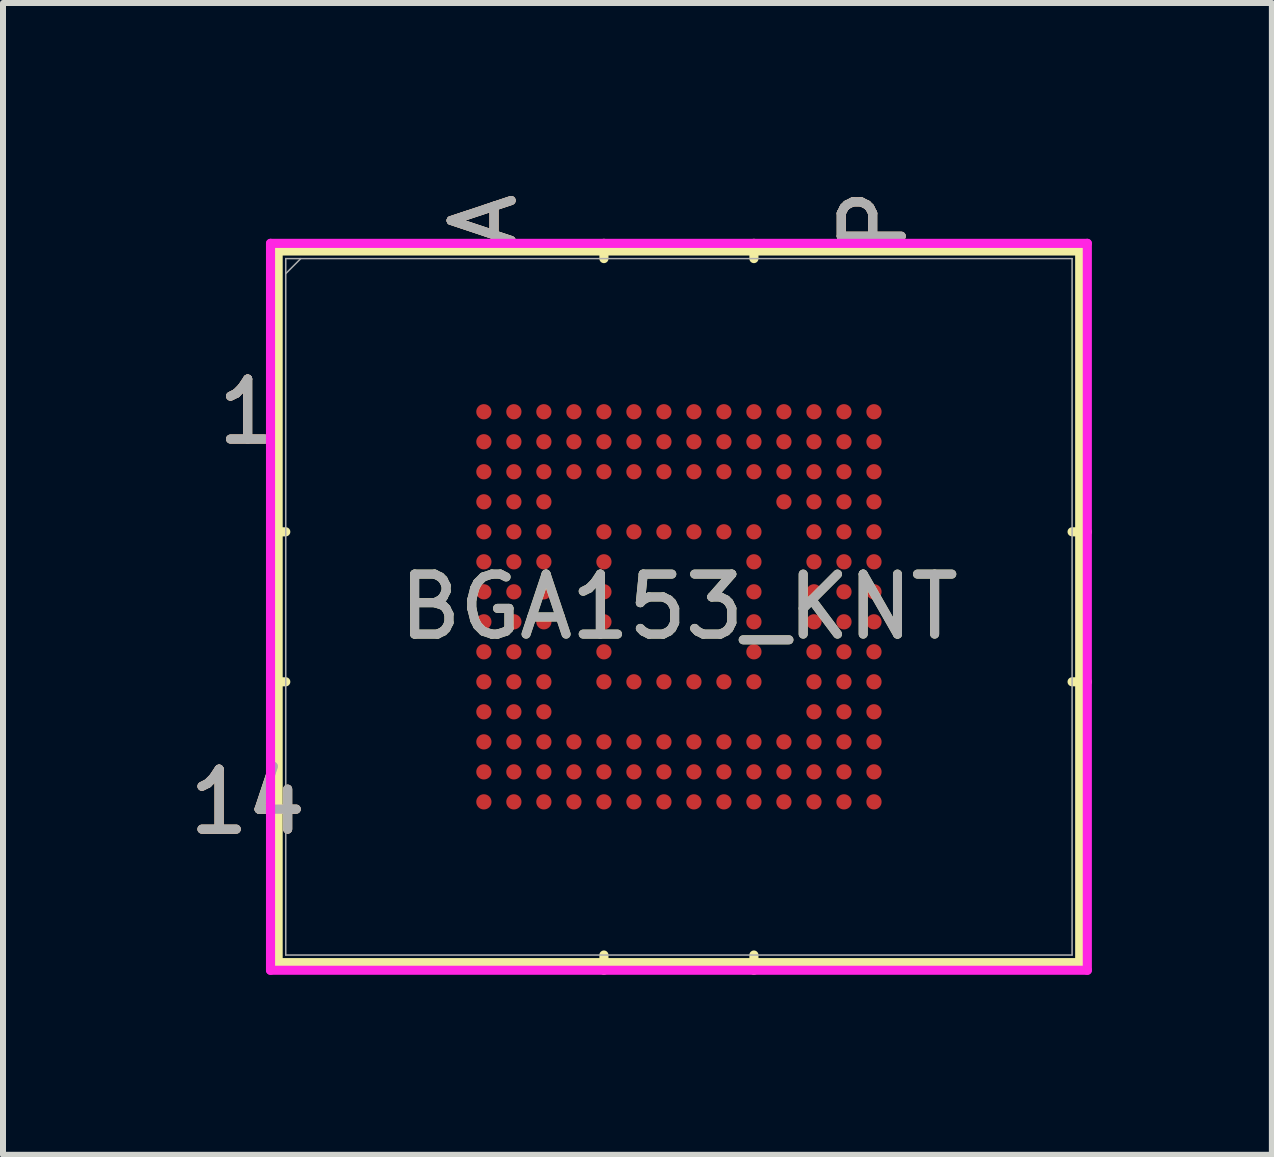
<source format=kicad_pcb>
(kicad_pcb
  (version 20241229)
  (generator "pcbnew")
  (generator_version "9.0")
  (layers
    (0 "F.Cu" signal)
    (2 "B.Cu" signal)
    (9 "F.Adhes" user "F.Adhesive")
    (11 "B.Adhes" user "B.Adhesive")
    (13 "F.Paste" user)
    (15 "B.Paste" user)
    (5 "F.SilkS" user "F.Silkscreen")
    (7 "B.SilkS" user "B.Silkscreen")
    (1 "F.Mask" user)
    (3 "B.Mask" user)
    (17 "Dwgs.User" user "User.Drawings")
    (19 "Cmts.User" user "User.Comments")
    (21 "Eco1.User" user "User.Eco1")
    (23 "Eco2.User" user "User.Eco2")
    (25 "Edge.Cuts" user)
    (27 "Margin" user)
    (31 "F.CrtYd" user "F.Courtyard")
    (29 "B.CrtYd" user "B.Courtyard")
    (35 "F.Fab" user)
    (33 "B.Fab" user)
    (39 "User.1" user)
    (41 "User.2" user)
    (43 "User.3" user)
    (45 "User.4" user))
  (footprint "BGA153_KNT"
    (layer "F.Cu")
    (at 8.266 7.064)
    (property "Reference" "BGA153_KNT" (at 0 0 0) (unlocked yes) (layer "F.SilkS") (effects (font (size 1 1) (thickness 0.15))))
    (attr smd)
    (fp_line (start -6.68 -5.931) (end -6.68 5.931) (stroke (width 0.152) (type solid)) (layer "F.SilkS"))
    (fp_line (start -6.68 5.931) (end 6.68 5.931) (stroke (width 0.152) (type solid)) (layer "F.SilkS"))
    (fp_line (start -6.553 -1.25) (end -6.807 -1.25) (stroke (width 0.152) (type solid)) (layer "F.SilkS"))
    (fp_line (start -6.553 1.25) (end -6.807 1.25) (stroke (width 0.152) (type solid)) (layer "F.SilkS"))
    (fp_line (start -1.25 -5.804) (end -1.25 -6.058) (stroke (width 0.152) (type solid)) (layer "F.SilkS"))
    (fp_line (start -1.25 5.804) (end -1.25 6.058) (stroke (width 0.152) (type solid)) (layer "F.SilkS"))
    (fp_line (start 1.25 -5.804) (end 1.25 -6.058) (stroke (width 0.152) (type solid)) (layer "F.SilkS"))
    (fp_line (start 1.25 5.804) (end 1.25 6.058) (stroke (width 0.152) (type solid)) (layer "F.SilkS"))
    (fp_line (start 6.553 -1.25) (end 6.807 -1.25) (stroke (width 0.152) (type solid)) (layer "F.SilkS"))
    (fp_line (start 6.553 1.25) (end 6.807 1.25) (stroke (width 0.152) (type solid)) (layer "F.SilkS"))
    (fp_line (start 6.68 -5.931) (end -6.68 -5.931) (stroke (width 0.152) (type solid)) (layer "F.SilkS"))
    (fp_line (start 6.68 5.931) (end 6.68 -5.931) (stroke (width 0.152) (type solid)) (layer "F.SilkS"))
    (fp_poly (pts (xy -3.945 -3.945) (xy 3.945 -3.945) (xy 3.945 3.945) (xy -3.945 3.945)) (stroke (width 0.1) (type solid)) (fill no) (layer "Eco2.User"))
    (fp_line (start -6.807 -6.058) (end 6.807 -6.058) (stroke (width 0.152) (type solid)) (layer "F.CrtYd"))
    (fp_line (start -6.807 6.058) (end -6.807 -6.058) (stroke (width 0.152) (type solid)) (layer "F.CrtYd"))
    (fp_line (start 6.807 -6.058) (end 6.807 6.058) (stroke (width 0.152) (type solid)) (layer "F.CrtYd"))
    (fp_line (start 6.807 6.058) (end -6.807 6.058) (stroke (width 0.152) (type solid)) (layer "F.CrtYd"))
    (fp_line (start -6.553 -5.804) (end -6.553 5.804) (stroke (width 0.025) (type solid)) (layer "F.Fab"))
    (fp_line (start -6.553 5.804) (end 6.553 5.804) (stroke (width 0.025) (type solid)) (layer "F.Fab"))
    (fp_line (start -6.303 -5.804) (end -6.553 -5.554) (stroke (width 0.025) (type solid)) (layer "F.Fab"))
    (fp_line (start 6.553 -5.804) (end -6.553 -5.804) (stroke (width 0.025) (type solid)) (layer "F.Fab"))
    (fp_line (start 6.553 5.804) (end 6.553 -5.804) (stroke (width 0.025) (type solid)) (layer "F.Fab"))
    (fp_text user "P" (at 3.251 -6.439 90) (unlocked yes) (layer "F.SilkS") (effects (font (size 1 1) (thickness 0.15))))
    (fp_text user "A" (at -3.251 -6.439 90) (unlocked yes) (layer "F.SilkS") (effects (font (size 1 1) (thickness 0.15))))
    (fp_text user "14" (at -7.188 3.251 0) (unlocked yes) (layer "F.SilkS") (effects (font (size 1 1) (thickness 0.15))))
    (fp_text user "1" (at -7.188 -3.251 0) (unlocked yes) (layer "F.SilkS") (effects (font (size 1 1) (thickness 0.15))))
    (fp_text user "14" (at -7.188 3.251 0) (unlocked yes) (layer "B.SilkS") (effects (font (size 1 1) (thickness 0.15))))
    (fp_text user "A" (at -3.251 -6.439 90) (unlocked yes) (layer "B.SilkS") (effects (font (size 1 1) (thickness 0.15))))
    (fp_text user "P" (at 3.251 -6.439 90) (unlocked yes) (layer "B.SilkS") (effects (font (size 1 1) (thickness 0.15))))
    (fp_text user "1" (at -7.188 -3.251 0) (unlocked yes) (layer "B.SilkS") (effects (font (size 1 1) (thickness 0.15))))
    (fp_text user "${REFERENCE}" (at 0 0 0) (unlocked yes) (layer "F.Fab") (effects (font (size 1 1) (thickness 0.15))))
    (fp_text user "P" (at 3.251 -6.439 90) (unlocked yes) (layer "F.Fab") (effects (font (size 1 1) (thickness 0.15))))
    (fp_text user "A" (at -3.251 -6.439 90) (unlocked yes) (layer "F.Fab") (effects (font (size 1 1) (thickness 0.15))))
    (fp_text user "1" (at -7.188 -3.251 0) (unlocked yes) (layer "F.Fab") (effects (font (size 1 1) (thickness 0.15))))
    (fp_text user "14" (at -7.188 3.251 0) (unlocked yes) (layer "F.Fab") (effects (font (size 1 1) (thickness 0.15))))
    (pad "A1" smd circle (at 3.251 -3.251) (size 0.254 0.254) (layers "F.Cu" "F.Mask" "F.Paste"))
    (pad "A2" smd circle (at 3.251 -2.751) (size 0.254 0.254) (layers "F.Cu" "F.Mask" "F.Paste"))
    (pad "A3" smd circle (at 3.251 -2.251) (size 0.254 0.254) (layers "F.Cu" "F.Mask" "F.Paste"))
    (pad "A4" smd circle (at 3.251 -1.75) (size 0.254 0.254) (layers "F.Cu" "F.Mask" "F.Paste"))
    (pad "A5" smd circle (at 3.251 -1.25) (size 0.254 0.254) (layers "F.Cu" "F.Mask" "F.Paste"))
    (pad "A6" smd circle (at 3.251 -0.75) (size 0.254 0.254) (layers "F.Cu" "F.Mask" "F.Paste"))
    (pad "A7" smd circle (at 3.251 -0.25) (size 0.254 0.254) (layers "F.Cu" "F.Mask" "F.Paste"))
    (pad "A8" smd circle (at 3.251 0.25) (size 0.254 0.254) (layers "F.Cu" "F.Mask" "F.Paste"))
    (pad "A9" smd circle (at 3.251 0.75) (size 0.254 0.254) (layers "F.Cu" "F.Mask" "F.Paste"))
    (pad "A10" smd circle (at 3.251 1.25) (size 0.254 0.254) (layers "F.Cu" "F.Mask" "F.Paste"))
    (pad "A11" smd circle (at 3.251 1.75) (size 0.254 0.254) (layers "F.Cu" "F.Mask" "F.Paste"))
    (pad "A12" smd circle (at 3.251 2.251) (size 0.254 0.254) (layers "F.Cu" "F.Mask" "F.Paste"))
    (pad "A13" smd circle (at 3.251 2.751) (size 0.254 0.254) (layers "F.Cu" "F.Mask" "F.Paste"))
    (pad "A14" smd circle (at 3.251 3.251) (size 0.254 0.254) (layers "F.Cu" "F.Mask" "F.Paste"))
    (pad "B1" smd circle (at 2.751 -3.251) (size 0.254 0.254) (layers "F.Cu" "F.Mask" "F.Paste"))
    (pad "B2" smd circle (at 2.751 -2.751) (size 0.254 0.254) (layers "F.Cu" "F.Mask" "F.Paste"))
    (pad "B3" smd circle (at 2.751 -2.251) (size 0.254 0.254) (layers "F.Cu" "F.Mask" "F.Paste"))
    (pad "B4" smd circle (at 2.751 -1.75) (size 0.254 0.254) (layers "F.Cu" "F.Mask" "F.Paste"))
    (pad "B5" smd circle (at 2.751 -1.25) (size 0.254 0.254) (layers "F.Cu" "F.Mask" "F.Paste"))
    (pad "B6" smd circle (at 2.751 -0.75) (size 0.254 0.254) (layers "F.Cu" "F.Mask" "F.Paste"))
    (pad "B7" smd circle (at 2.751 -0.25) (size 0.254 0.254) (layers "F.Cu" "F.Mask" "F.Paste"))
    (pad "B8" smd circle (at 2.751 0.25) (size 0.254 0.254) (layers "F.Cu" "F.Mask" "F.Paste"))
    (pad "B9" smd circle (at 2.751 0.75) (size 0.254 0.254) (layers "F.Cu" "F.Mask" "F.Paste"))
    (pad "B10" smd circle (at 2.751 1.25) (size 0.254 0.254) (layers "F.Cu" "F.Mask" "F.Paste"))
    (pad "B11" smd circle (at 2.751 1.75) (size 0.254 0.254) (layers "F.Cu" "F.Mask" "F.Paste"))
    (pad "B12" smd circle (at 2.751 2.251) (size 0.254 0.254) (layers "F.Cu" "F.Mask" "F.Paste"))
    (pad "B13" smd circle (at 2.751 2.751) (size 0.254 0.254) (layers "F.Cu" "F.Mask" "F.Paste"))
    (pad "B14" smd circle (at 2.751 3.251) (size 0.254 0.254) (layers "F.Cu" "F.Mask" "F.Paste"))
    (pad "C1" smd circle (at 2.251 -3.251) (size 0.254 0.254) (layers "F.Cu" "F.Mask" "F.Paste"))
    (pad "C2" smd circle (at 2.251 -2.751) (size 0.254 0.254) (layers "F.Cu" "F.Mask" "F.Paste"))
    (pad "C3" smd circle (at 2.251 -2.251) (size 0.254 0.254) (layers "F.Cu" "F.Mask" "F.Paste"))
    (pad "C4" smd circle (at 2.251 -1.75) (size 0.254 0.254) (layers "F.Cu" "F.Mask" "F.Paste"))
    (pad "C5" smd circle (at 2.251 -1.25) (size 0.254 0.254) (layers "F.Cu" "F.Mask" "F.Paste"))
    (pad "C6" smd circle (at 2.251 -0.75) (size 0.254 0.254) (layers "F.Cu" "F.Mask" "F.Paste"))
    (pad "C7" smd circle (at 2.251 -0.25) (size 0.254 0.254) (layers "F.Cu" "F.Mask" "F.Paste"))
    (pad "C8" smd circle (at 2.251 0.25) (size 0.254 0.254) (layers "F.Cu" "F.Mask" "F.Paste"))
    (pad "C9" smd circle (at 2.251 0.75) (size 0.254 0.254) (layers "F.Cu" "F.Mask" "F.Paste"))
    (pad "C10" smd circle (at 2.251 1.25) (size 0.254 0.254) (layers "F.Cu" "F.Mask" "F.Paste"))
    (pad "C11" smd circle (at 2.251 1.75) (size 0.254 0.254) (layers "F.Cu" "F.Mask" "F.Paste"))
    (pad "C12" smd circle (at 2.251 2.251) (size 0.254 0.254) (layers "F.Cu" "F.Mask" "F.Paste"))
    (pad "C13" smd circle (at 2.251 2.751) (size 0.254 0.254) (layers "F.Cu" "F.Mask" "F.Paste"))
    (pad "C14" smd circle (at 2.251 3.251) (size 0.254 0.254) (layers "F.Cu" "F.Mask" "F.Paste"))
    (pad "D1" smd circle (at 1.75 -3.251) (size 0.254 0.254) (layers "F.Cu" "F.Mask" "F.Paste"))
    (pad "D2" smd circle (at 1.75 -2.751) (size 0.254 0.254) (layers "F.Cu" "F.Mask" "F.Paste"))
    (pad "D3" smd circle (at 1.75 -2.251) (size 0.254 0.254) (layers "F.Cu" "F.Mask" "F.Paste"))
    (pad "D4" smd circle (at 1.75 -1.75) (size 0.254 0.254) (layers "F.Cu" "F.Mask" "F.Paste"))
    (pad "D12" smd circle (at 1.75 2.251) (size 0.254 0.254) (layers "F.Cu" "F.Mask" "F.Paste"))
    (pad "D13" smd circle (at 1.75 2.751) (size 0.254 0.254) (layers "F.Cu" "F.Mask" "F.Paste"))
    (pad "D14" smd circle (at 1.75 3.251) (size 0.254 0.254) (layers "F.Cu" "F.Mask" "F.Paste"))
    (pad "E1" smd circle (at 1.25 -3.251) (size 0.254 0.254) (layers "F.Cu" "F.Mask" "F.Paste"))
    (pad "E2" smd circle (at 1.25 -2.751) (size 0.254 0.254) (layers "F.Cu" "F.Mask" "F.Paste"))
    (pad "E3" smd circle (at 1.25 -2.251) (size 0.254 0.254) (layers "F.Cu" "F.Mask" "F.Paste"))
    (pad "E5" smd circle (at 1.25 -1.25) (size 0.254 0.254) (layers "F.Cu" "F.Mask" "F.Paste"))
    (pad "E6" smd circle (at 1.25 -0.75) (size 0.254 0.254) (layers "F.Cu" "F.Mask" "F.Paste"))
    (pad "E7" smd circle (at 1.25 -0.25) (size 0.254 0.254) (layers "F.Cu" "F.Mask" "F.Paste"))
    (pad "E8" smd circle (at 1.25 0.25) (size 0.254 0.254) (layers "F.Cu" "F.Mask" "F.Paste"))
    (pad "E9" smd circle (at 1.25 0.75) (size 0.254 0.254) (layers "F.Cu" "F.Mask" "F.Paste"))
    (pad "E10" smd circle (at 1.25 1.25) (size 0.254 0.254) (layers "F.Cu" "F.Mask" "F.Paste"))
    (pad "E12" smd circle (at 1.25 2.251) (size 0.254 0.254) (layers "F.Cu" "F.Mask" "F.Paste"))
    (pad "E13" smd circle (at 1.25 2.751) (size 0.254 0.254) (layers "F.Cu" "F.Mask" "F.Paste"))
    (pad "E14" smd circle (at 1.25 3.251) (size 0.254 0.254) (layers "F.Cu" "F.Mask" "F.Paste"))
    (pad "F1" smd circle (at 0.75 -3.251) (size 0.254 0.254) (layers "F.Cu" "F.Mask" "F.Paste"))
    (pad "F2" smd circle (at 0.75 -2.751) (size 0.254 0.254) (layers "F.Cu" "F.Mask" "F.Paste"))
    (pad "F3" smd circle (at 0.75 -2.251) (size 0.254 0.254) (layers "F.Cu" "F.Mask" "F.Paste"))
    (pad "F5" smd circle (at 0.75 -1.25) (size 0.254 0.254) (layers "F.Cu" "F.Mask" "F.Paste"))
    (pad "F10" smd circle (at 0.75 1.25) (size 0.254 0.254) (layers "F.Cu" "F.Mask" "F.Paste"))
    (pad "F12" smd circle (at 0.75 2.251) (size 0.254 0.254) (layers "F.Cu" "F.Mask" "F.Paste"))
    (pad "F13" smd circle (at 0.75 2.751) (size 0.254 0.254) (layers "F.Cu" "F.Mask" "F.Paste"))
    (pad "F14" smd circle (at 0.75 3.251) (size 0.254 0.254) (layers "F.Cu" "F.Mask" "F.Paste"))
    (pad "G1" smd circle (at 0.25 -3.251) (size 0.254 0.254) (layers "F.Cu" "F.Mask" "F.Paste"))
    (pad "G2" smd circle (at 0.25 -2.751) (size 0.254 0.254) (layers "F.Cu" "F.Mask" "F.Paste"))
    (pad "G3" smd circle (at 0.25 -2.251) (size 0.254 0.254) (layers "F.Cu" "F.Mask" "F.Paste"))
    (pad "G5" smd circle (at 0.25 -1.25) (size 0.254 0.254) (layers "F.Cu" "F.Mask" "F.Paste"))
    (pad "G10" smd circle (at 0.25 1.25) (size 0.254 0.254) (layers "F.Cu" "F.Mask" "F.Paste"))
    (pad "G12" smd circle (at 0.25 2.251) (size 0.254 0.254) (layers "F.Cu" "F.Mask" "F.Paste"))
    (pad "G13" smd circle (at 0.25 2.751) (size 0.254 0.254) (layers "F.Cu" "F.Mask" "F.Paste"))
    (pad "G14" smd circle (at 0.25 3.251) (size 0.254 0.254) (layers "F.Cu" "F.Mask" "F.Paste"))
    (pad "H1" smd circle (at -0.25 -3.251) (size 0.254 0.254) (layers "F.Cu" "F.Mask" "F.Paste"))
    (pad "H2" smd circle (at -0.25 -2.751) (size 0.254 0.254) (layers "F.Cu" "F.Mask" "F.Paste"))
    (pad "H3" smd circle (at -0.25 -2.251) (size 0.254 0.254) (layers "F.Cu" "F.Mask" "F.Paste"))
    (pad "H5" smd circle (at -0.25 -1.25) (size 0.254 0.254) (layers "F.Cu" "F.Mask" "F.Paste"))
    (pad "H10" smd circle (at -0.25 1.25) (size 0.254 0.254) (layers "F.Cu" "F.Mask" "F.Paste"))
    (pad "H12" smd circle (at -0.25 2.251) (size 0.254 0.254) (layers "F.Cu" "F.Mask" "F.Paste"))
    (pad "H13" smd circle (at -0.25 2.751) (size 0.254 0.254) (layers "F.Cu" "F.Mask" "F.Paste"))
    (pad "H14" smd circle (at -0.25 3.251) (size 0.254 0.254) (layers "F.Cu" "F.Mask" "F.Paste"))
    (pad "J1" smd circle (at -0.75 -3.251) (size 0.254 0.254) (layers "F.Cu" "F.Mask" "F.Paste"))
    (pad "J2" smd circle (at -0.75 -2.751) (size 0.254 0.254) (layers "F.Cu" "F.Mask" "F.Paste"))
    (pad "J3" smd circle (at -0.75 -2.251) (size 0.254 0.254) (layers "F.Cu" "F.Mask" "F.Paste"))
    (pad "J5" smd circle (at -0.75 -1.25) (size 0.254 0.254) (layers "F.Cu" "F.Mask" "F.Paste"))
    (pad "J10" smd circle (at -0.75 1.25) (size 0.254 0.254) (layers "F.Cu" "F.Mask" "F.Paste"))
    (pad "J12" smd circle (at -0.75 2.251) (size 0.254 0.254) (layers "F.Cu" "F.Mask" "F.Paste"))
    (pad "J13" smd circle (at -0.75 2.751) (size 0.254 0.254) (layers "F.Cu" "F.Mask" "F.Paste"))
    (pad "J14" smd circle (at -0.75 3.251) (size 0.254 0.254) (layers "F.Cu" "F.Mask" "F.Paste"))
    (pad "K1" smd circle (at -1.25 -3.251) (size 0.254 0.254) (layers "F.Cu" "F.Mask" "F.Paste"))
    (pad "K2" smd circle (at -1.25 -2.751) (size 0.254 0.254) (layers "F.Cu" "F.Mask" "F.Paste"))
    (pad "K3" smd circle (at -1.25 -2.251) (size 0.254 0.254) (layers "F.Cu" "F.Mask" "F.Paste"))
    (pad "K5" smd circle (at -1.25 -1.25) (size 0.254 0.254) (layers "F.Cu" "F.Mask" "F.Paste"))
    (pad "K6" smd circle (at -1.25 -0.75) (size 0.254 0.254) (layers "F.Cu" "F.Mask" "F.Paste"))
    (pad "K7" smd circle (at -1.25 -0.25) (size 0.254 0.254) (layers "F.Cu" "F.Mask" "F.Paste"))
    (pad "K8" smd circle (at -1.25 0.25) (size 0.254 0.254) (layers "F.Cu" "F.Mask" "F.Paste"))
    (pad "K9" smd circle (at -1.25 0.75) (size 0.254 0.254) (layers "F.Cu" "F.Mask" "F.Paste"))
    (pad "K10" smd circle (at -1.25 1.25) (size 0.254 0.254) (layers "F.Cu" "F.Mask" "F.Paste"))
    (pad "K12" smd circle (at -1.25 2.251) (size 0.254 0.254) (layers "F.Cu" "F.Mask" "F.Paste"))
    (pad "K13" smd circle (at -1.25 2.751) (size 0.254 0.254) (layers "F.Cu" "F.Mask" "F.Paste"))
    (pad "K14" smd circle (at -1.25 3.251) (size 0.254 0.254) (layers "F.Cu" "F.Mask" "F.Paste"))
    (pad "L1" smd circle (at -1.75 -3.251) (size 0.254 0.254) (layers "F.Cu" "F.Mask" "F.Paste"))
    (pad "L2" smd circle (at -1.75 -2.751) (size 0.254 0.254) (layers "F.Cu" "F.Mask" "F.Paste"))
    (pad "L3" smd circle (at -1.75 -2.251) (size 0.254 0.254) (layers "F.Cu" "F.Mask" "F.Paste"))
    (pad "L12" smd circle (at -1.75 2.251) (size 0.254 0.254) (layers "F.Cu" "F.Mask" "F.Paste"))
    (pad "L13" smd circle (at -1.75 2.751) (size 0.254 0.254) (layers "F.Cu" "F.Mask" "F.Paste"))
    (pad "L14" smd circle (at -1.75 3.251) (size 0.254 0.254) (layers "F.Cu" "F.Mask" "F.Paste"))
    (pad "M1" smd circle (at -2.251 -3.251) (size 0.254 0.254) (layers "F.Cu" "F.Mask" "F.Paste"))
    (pad "M2" smd circle (at -2.251 -2.751) (size 0.254 0.254) (layers "F.Cu" "F.Mask" "F.Paste"))
    (pad "M3" smd circle (at -2.251 -2.251) (size 0.254 0.254) (layers "F.Cu" "F.Mask" "F.Paste"))
    (pad "M4" smd circle (at -2.251 -1.75) (size 0.254 0.254) (layers "F.Cu" "F.Mask" "F.Paste"))
    (pad "M5" smd circle (at -2.251 -1.25) (size 0.254 0.254) (layers "F.Cu" "F.Mask" "F.Paste"))
    (pad "M6" smd circle (at -2.251 -0.75) (size 0.254 0.254) (layers "F.Cu" "F.Mask" "F.Paste"))
    (pad "M7" smd circle (at -2.251 -0.25) (size 0.254 0.254) (layers "F.Cu" "F.Mask" "F.Paste"))
    (pad "M8" smd circle (at -2.251 0.25) (size 0.254 0.254) (layers "F.Cu" "F.Mask" "F.Paste"))
    (pad "M9" smd circle (at -2.251 0.75) (size 0.254 0.254) (layers "F.Cu" "F.Mask" "F.Paste"))
    (pad "M10" smd circle (at -2.251 1.25) (size 0.254 0.254) (layers "F.Cu" "F.Mask" "F.Paste"))
    (pad "M11" smd circle (at -2.251 1.75) (size 0.254 0.254) (layers "F.Cu" "F.Mask" "F.Paste"))
    (pad "M12" smd circle (at -2.251 2.251) (size 0.254 0.254) (layers "F.Cu" "F.Mask" "F.Paste"))
    (pad "M13" smd circle (at -2.251 2.751) (size 0.254 0.254) (layers "F.Cu" "F.Mask" "F.Paste"))
    (pad "M14" smd circle (at -2.251 3.251) (size 0.254 0.254) (layers "F.Cu" "F.Mask" "F.Paste"))
    (pad "N1" smd circle (at -2.751 -3.251) (size 0.254 0.254) (layers "F.Cu" "F.Mask" "F.Paste"))
    (pad "N2" smd circle (at -2.751 -2.751) (size 0.254 0.254) (layers "F.Cu" "F.Mask" "F.Paste"))
    (pad "N3" smd circle (at -2.751 -2.251) (size 0.254 0.254) (layers "F.Cu" "F.Mask" "F.Paste"))
    (pad "N4" smd circle (at -2.751 -1.75) (size 0.254 0.254) (layers "F.Cu" "F.Mask" "F.Paste"))
    (pad "N5" smd circle (at -2.751 -1.25) (size 0.254 0.254) (layers "F.Cu" "F.Mask" "F.Paste"))
    (pad "N6" smd circle (at -2.751 -0.75) (size 0.254 0.254) (layers "F.Cu" "F.Mask" "F.Paste"))
    (pad "N7" smd circle (at -2.751 -0.25) (size 0.254 0.254) (layers "F.Cu" "F.Mask" "F.Paste"))
    (pad "N8" smd circle (at -2.751 0.25) (size 0.254 0.254) (layers "F.Cu" "F.Mask" "F.Paste"))
    (pad "N9" smd circle (at -2.751 0.75) (size 0.254 0.254) (layers "F.Cu" "F.Mask" "F.Paste"))
    (pad "N10" smd circle (at -2.751 1.25) (size 0.254 0.254) (layers "F.Cu" "F.Mask" "F.Paste"))
    (pad "N11" smd circle (at -2.751 1.75) (size 0.254 0.254) (layers "F.Cu" "F.Mask" "F.Paste"))
    (pad "N12" smd circle (at -2.751 2.251) (size 0.254 0.254) (layers "F.Cu" "F.Mask" "F.Paste"))
    (pad "N13" smd circle (at -2.751 2.751) (size 0.254 0.254) (layers "F.Cu" "F.Mask" "F.Paste"))
    (pad "N14" smd circle (at -2.751 3.251) (size 0.254 0.254) (layers "F.Cu" "F.Mask" "F.Paste"))
    (pad "P1" smd circle (at -3.251 -3.251) (size 0.254 0.254) (layers "F.Cu" "F.Mask" "F.Paste"))
    (pad "P2" smd circle (at -3.251 -2.751) (size 0.254 0.254) (layers "F.Cu" "F.Mask" "F.Paste"))
    (pad "P3" smd circle (at -3.251 -2.251) (size 0.254 0.254) (layers "F.Cu" "F.Mask" "F.Paste"))
    (pad "P4" smd circle (at -3.251 -1.75) (size 0.254 0.254) (layers "F.Cu" "F.Mask" "F.Paste"))
    (pad "P5" smd circle (at -3.251 -1.25) (size 0.254 0.254) (layers "F.Cu" "F.Mask" "F.Paste"))
    (pad "P6" smd circle (at -3.251 -0.75) (size 0.254 0.254) (layers "F.Cu" "F.Mask" "F.Paste"))
    (pad "P7" smd circle (at -3.251 -0.25) (size 0.254 0.254) (layers "F.Cu" "F.Mask" "F.Paste"))
    (pad "P8" smd circle (at -3.251 0.25) (size 0.254 0.254) (layers "F.Cu" "F.Mask" "F.Paste"))
    (pad "P9" smd circle (at -3.251 0.75) (size 0.254 0.254) (layers "F.Cu" "F.Mask" "F.Paste"))
    (pad "P10" smd circle (at -3.251 1.25) (size 0.254 0.254) (layers "F.Cu" "F.Mask" "F.Paste"))
    (pad "P11" smd circle (at -3.251 1.75) (size 0.254 0.254) (layers "F.Cu" "F.Mask" "F.Paste"))
    (pad "P12" smd circle (at -3.251 2.251) (size 0.254 0.254) (layers "F.Cu" "F.Mask" "F.Paste"))
    (pad "P13" smd circle (at -3.251 2.751) (size 0.254 0.254) (layers "F.Cu" "F.Mask" "F.Paste"))
    (pad "P14" smd circle (at -3.251 3.251) (size 0.254 0.254) (layers "F.Cu" "F.Mask" "F.Paste")))
  (gr_rect
    (start -3 -3)
    (end 18.149 16.198)
    (stroke (width 0.1) (type default))
    (fill no)
    (layer "Edge.Cuts")))
</source>
